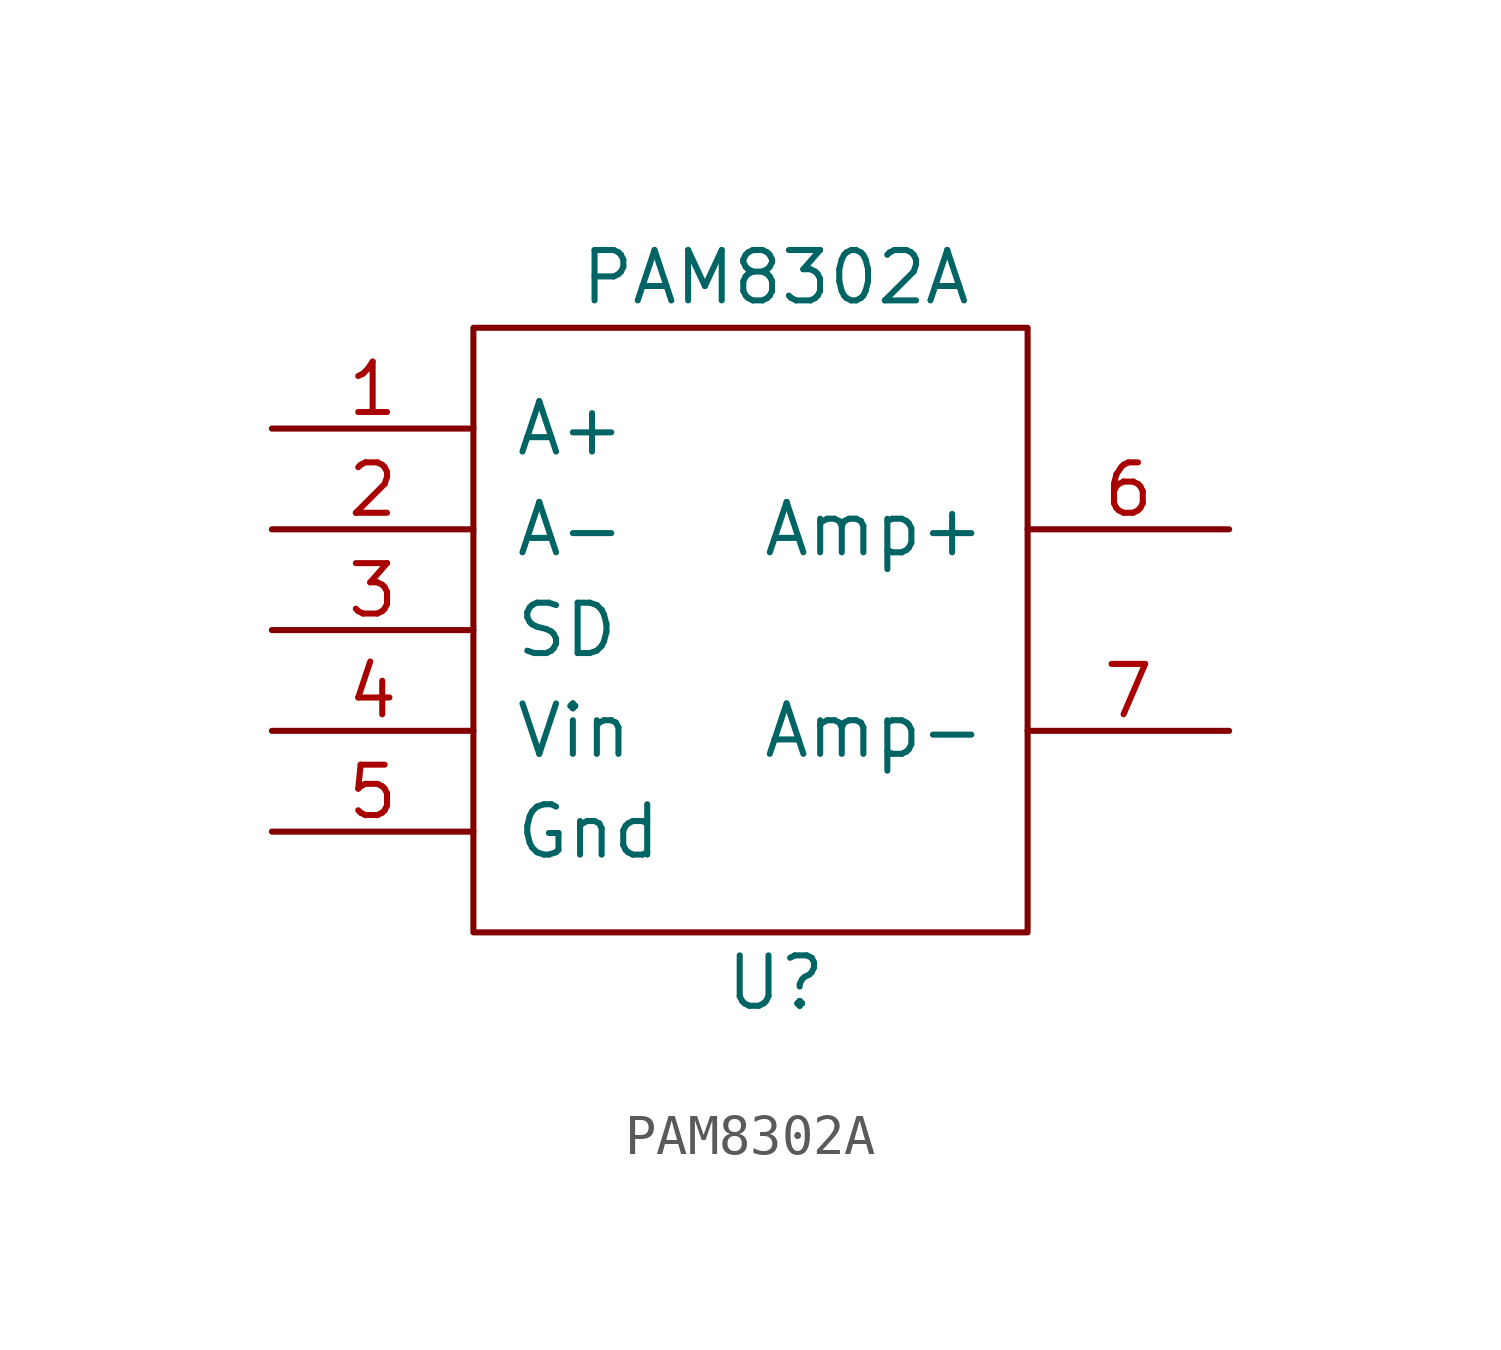
<source format=kicad_sym>
(kicad_symbol_lib
  (version 20231120)
  (generator "kicad_symbol_editor")
  (generator_version "8.0")
  (symbol "PAM8302A"
    (pin_names
      (offset 1.016))
    (property "Reference" "U"
      (at 7.62 -1.27 0)
      (effects (font (size 1.27 1.27))))
    (property "Value" "PAM8302A"
      (at 7.62 16.51 0)
      (effects (font (size 1.27 1.27))))
    (symbol "PAM8302A_0_1"
      (rectangle (start 0 15.24) (end 13.97 0) (stroke (width 0) (type solid)) (fill (type none))))
    (symbol "PAM8302A_1_1"
      (pin input line (at -5.08 12.7 0) (length 5.08) (name "A+" (effects (font (size 1.27 1.27)))) (number "1" (effects (font (size 1.27 1.27)))))
      (pin input line (at -5.08 10.16 0) (length 5.08) (name "A-" (effects (font (size 1.27 1.27)))) (number "2" (effects (font (size 1.27 1.27)))))
      (pin input line (at -5.08 7.62 0) (length 5.08) (name "SD" (effects (font (size 1.27 1.27)))) (number "3" (effects (font (size 1.27 1.27)))))
      (pin input line (at -5.08 5.08 0) (length 5.08) (name "Vin" (effects (font (size 1.27 1.27)))) (number "4" (effects (font (size 1.27 1.27)))))
      (pin input line (at -5.08 2.54 0) (length 5.08) (name "Gnd" (effects (font (size 1.27 1.27)))) (number "5" (effects (font (size 1.27 1.27)))))
      (pin input line (at 19.05 10.16 180) (length 5.08) (name "Amp+" (effects (font (size 1.27 1.27)))) (number "6" (effects (font (size 1.27 1.27)))))
      (pin input line (at 19.05 5.08 180) (length 5.08) (name "Amp-" (effects (font (size 1.27 1.27)))) (number "7" (effects (font (size 1.27 1.27))))))))
</source>
